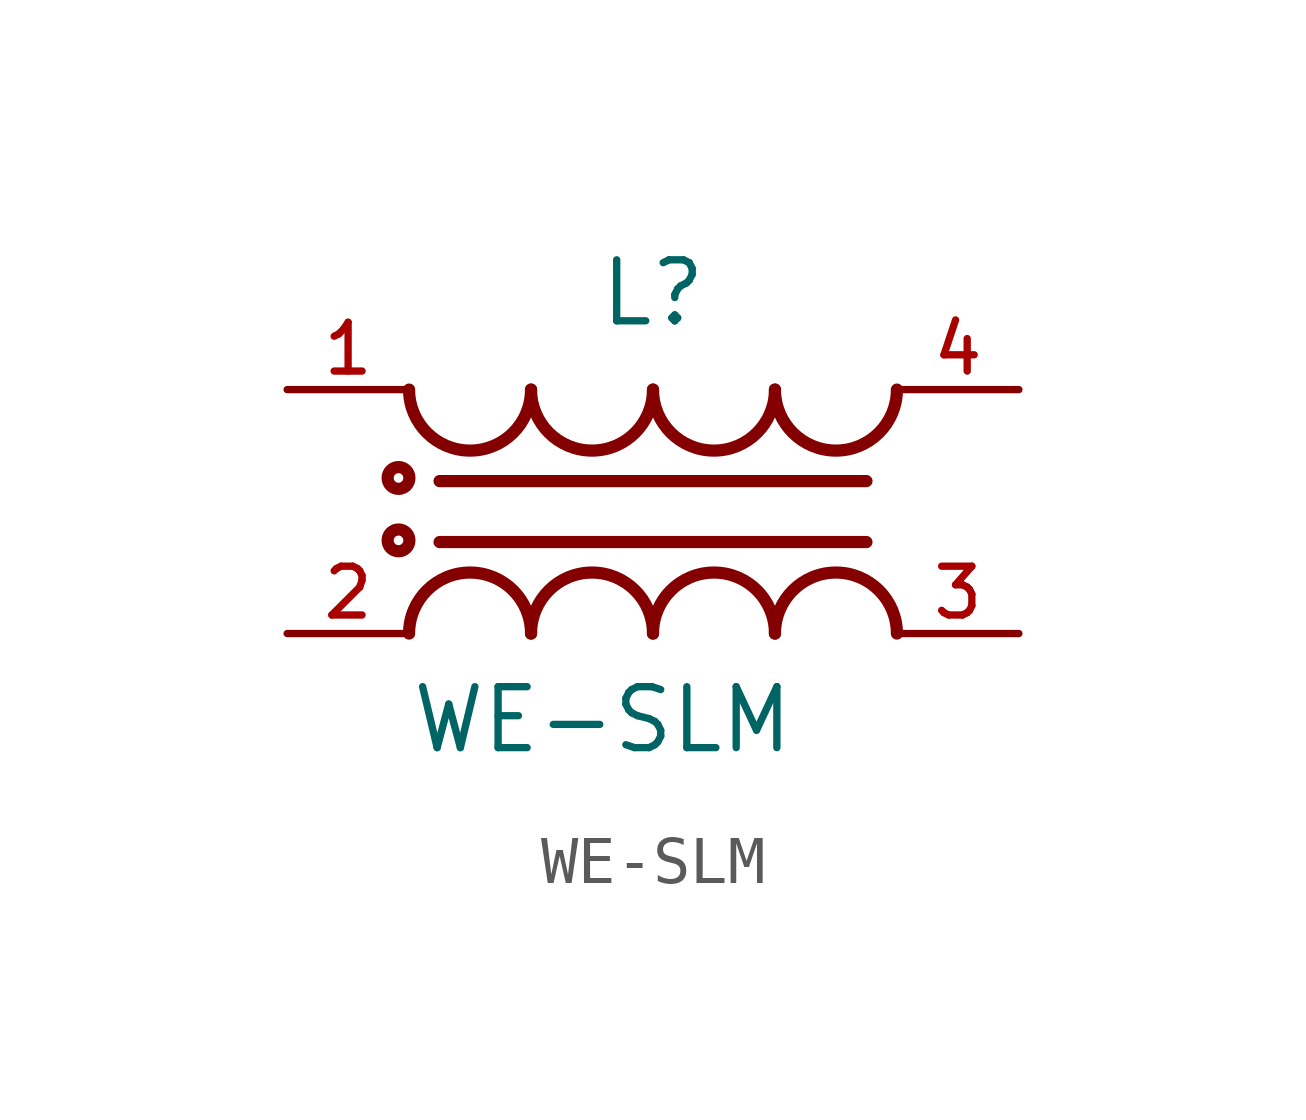
<source format=kicad_sym>
(kicad_symbol_lib
  (version 20231120)
  (generator "kicad_symbol_editor")
  (generator_version "8.0")
  (symbol "WE-SLM"
    (pin_names
      (offset 1.016))
    (property "Reference" "L"
      (at 0 3.81 0)
      (effects (font (size 1.27 1.27)) (justify bottom)))
    (property "Value" "WE-SLM"
      (at -5.08 -5.08 0)
      (effects (font (size 1.27 1.27)) (justify left bottom)))
    (symbol "WE-SLM_0_0"
      (circle (center -5.3 -0.6) (radius 0.1) (stroke (width 0.254) (type default)) (fill (type none)))
      (circle (center -5.3 0.7) (radius 0.1) (stroke (width 0.254) (type default)) (fill (type none)))
      (arc (start -5.08 2.54) (mid -3.81 1.2755) (end -2.54 2.54) (stroke (width 0.254) (type default)) (fill (type none)))
      (arc (start -2.54 -2.54) (mid -3.81 -1.2755) (end -5.08 -2.54) (stroke (width 0.254) (type default)) (fill (type none)))
      (arc (start -2.54 2.54) (mid -1.27 1.2755) (end 0 2.54) (stroke (width 0.254) (type default)) (fill (type none)))
      (arc (start 0 -2.54) (mid -1.27 -1.2755) (end -2.54 -2.54) (stroke (width 0.254) (type default)) (fill (type none)))
      (polyline (pts (xy -4.445 -0.635) (xy 4.445 -0.635)) (stroke (width 0.254) (type default)) (fill (type none)))
      (polyline (pts (xy -4.445 0.635) (xy 4.445 0.635)) (stroke (width 0.254) (type default)) (fill (type none)))
      (arc (start 0 2.54) (mid 1.27 1.2755) (end 2.54 2.54) (stroke (width 0.254) (type default)) (fill (type none)))
      (arc (start 2.54 -2.54) (mid 1.27 -1.2755) (end 0 -2.54) (stroke (width 0.254) (type default)) (fill (type none)))
      (arc (start 2.54 2.54) (mid 3.81 1.2755) (end 5.08 2.54) (stroke (width 0.254) (type default)) (fill (type none)))
      (arc (start 5.08 -2.54) (mid 3.81 -1.2755) (end 2.54 -2.54) (stroke (width 0.254) (type default)) (fill (type none)))
      (pin passive line (at -7.62 2.54 0) (length 2.54) (name "~" (effects (font (size 1.016 1.016)))) (number "1" (effects (font (size 1.016 1.016)))))
      (pin passive line (at -7.62 -2.54 0) (length 2.54) (name "~" (effects (font (size 1.016 1.016)))) (number "2" (effects (font (size 1.016 1.016)))))
      (pin passive line (at 7.62 -2.54 180) (length 2.54) (name "~" (effects (font (size 1.016 1.016)))) (number "3" (effects (font (size 1.016 1.016)))))
      (pin passive line (at 7.62 2.54 180) (length 2.54) (name "~" (effects (font (size 1.016 1.016)))) (number "4" (effects (font (size 1.016 1.016))))))))
</source>
